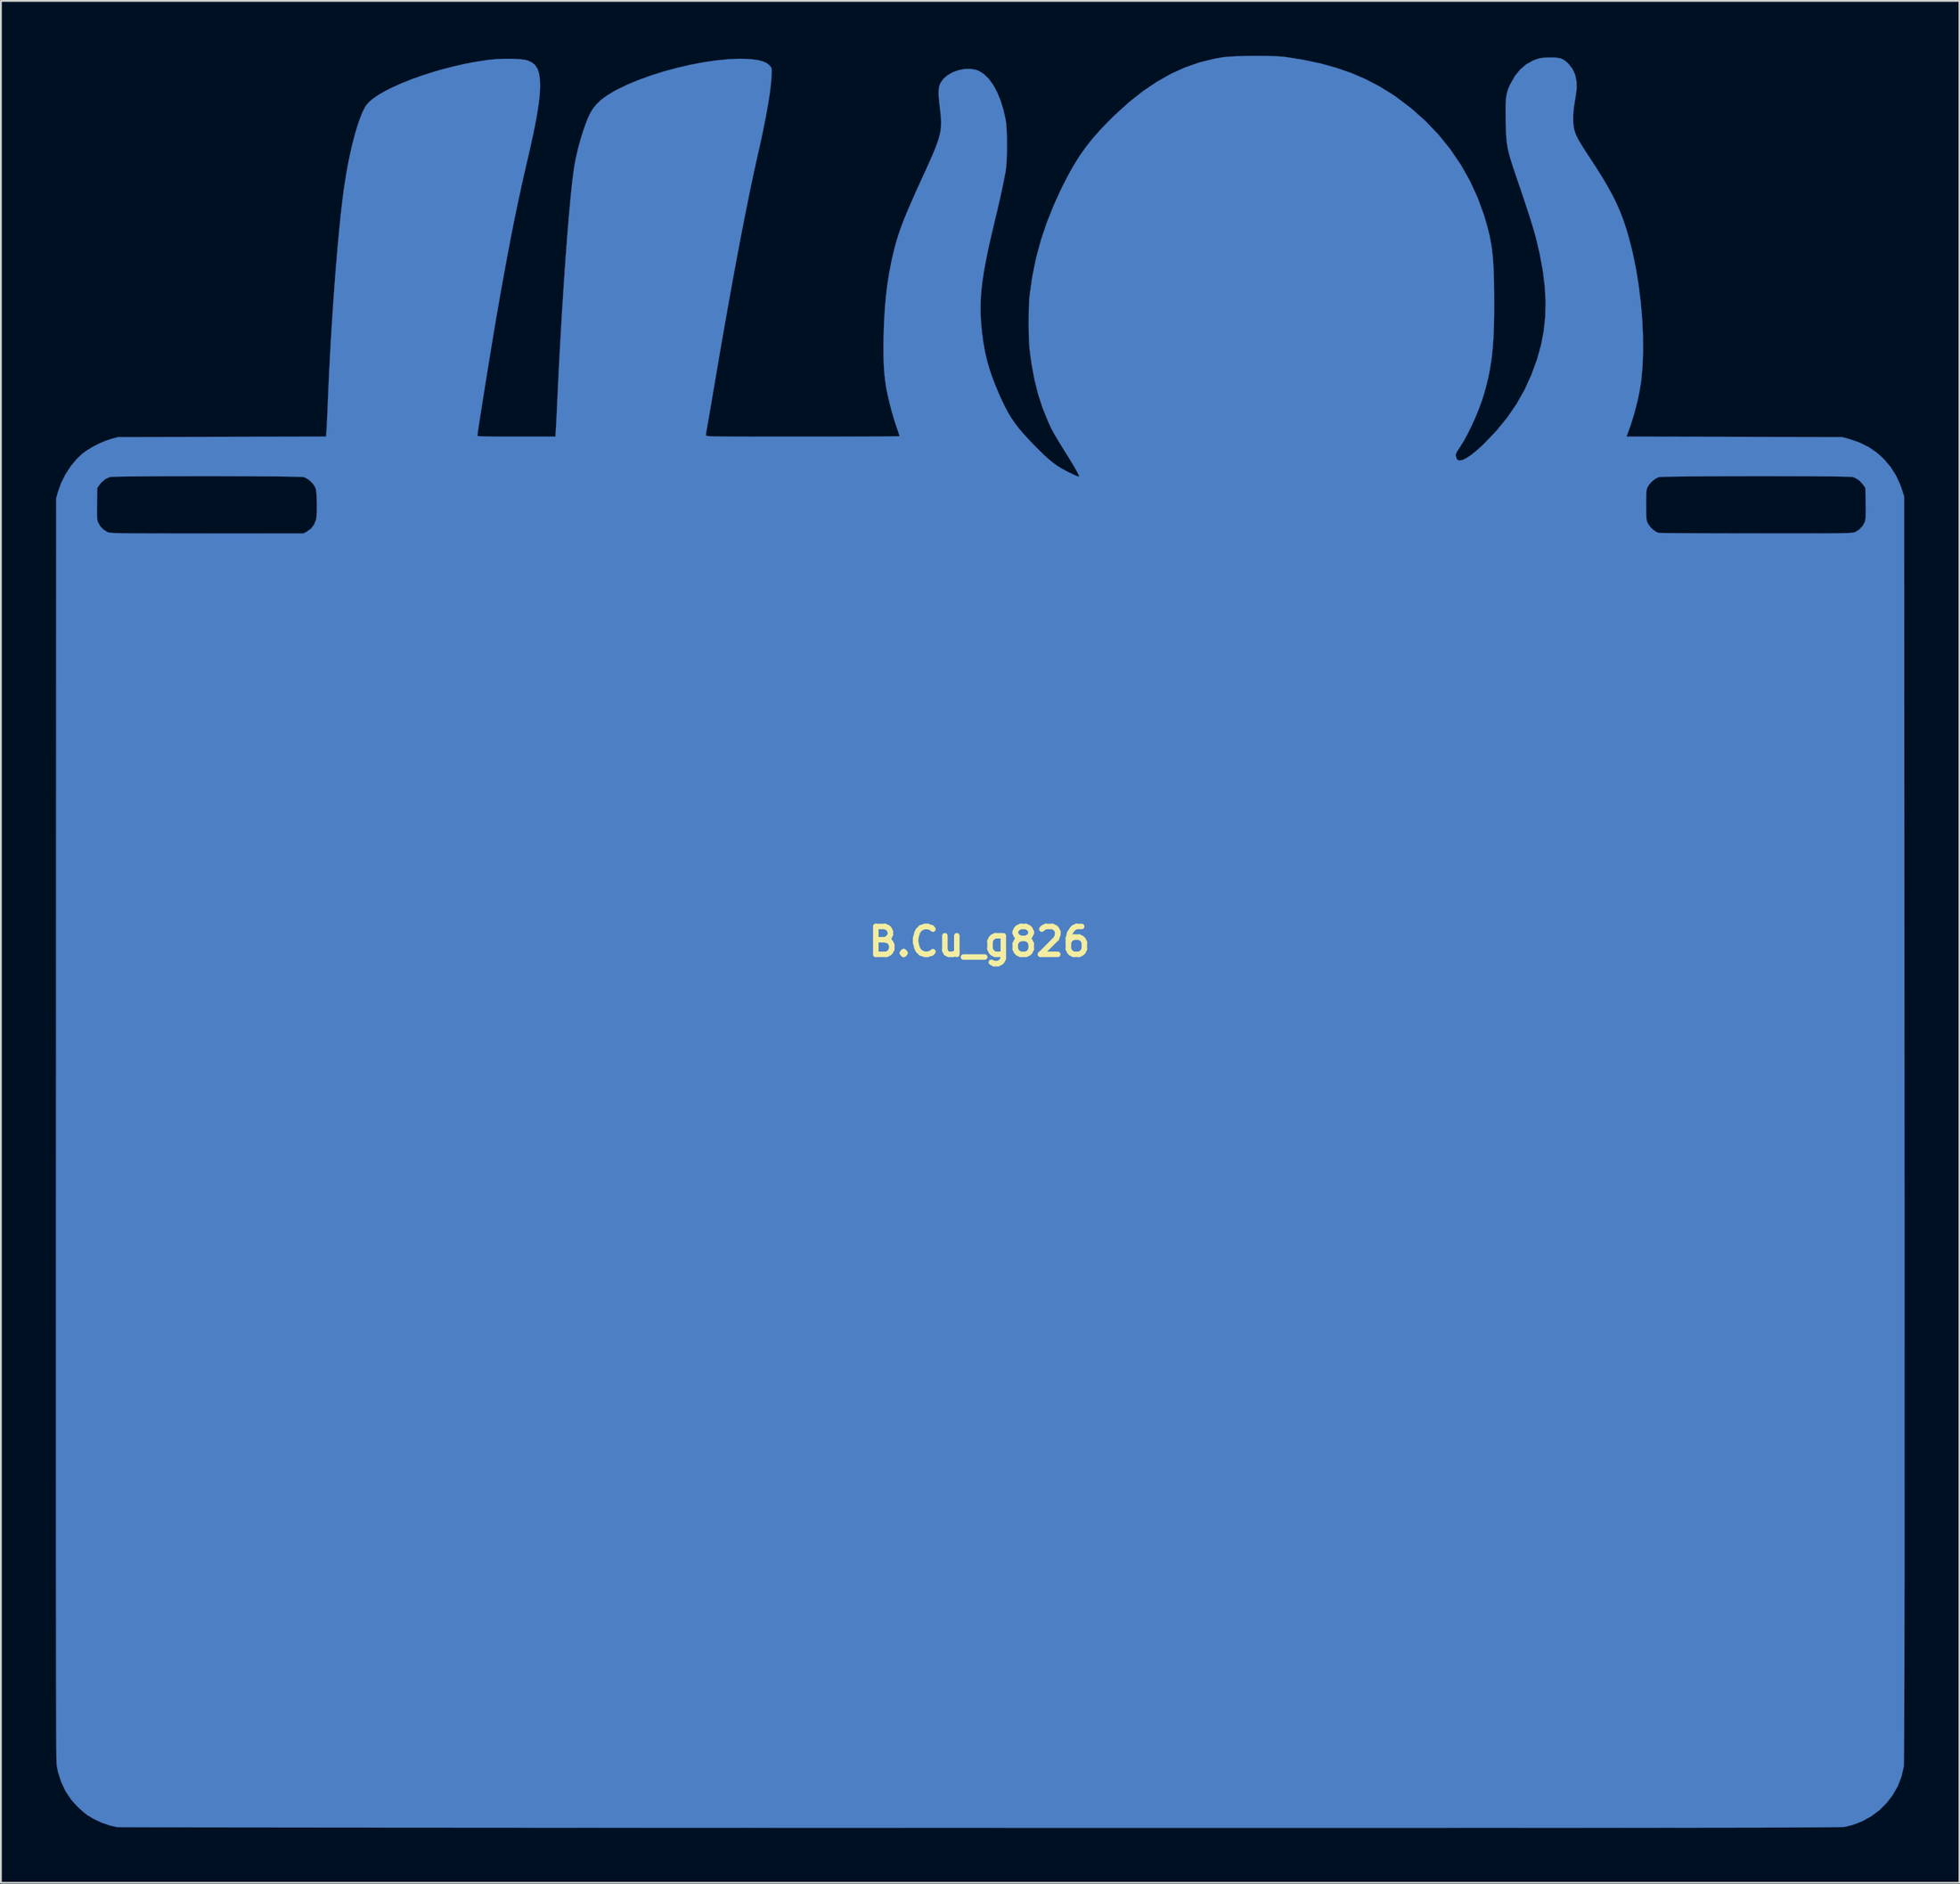
<source format=kicad_pcb>
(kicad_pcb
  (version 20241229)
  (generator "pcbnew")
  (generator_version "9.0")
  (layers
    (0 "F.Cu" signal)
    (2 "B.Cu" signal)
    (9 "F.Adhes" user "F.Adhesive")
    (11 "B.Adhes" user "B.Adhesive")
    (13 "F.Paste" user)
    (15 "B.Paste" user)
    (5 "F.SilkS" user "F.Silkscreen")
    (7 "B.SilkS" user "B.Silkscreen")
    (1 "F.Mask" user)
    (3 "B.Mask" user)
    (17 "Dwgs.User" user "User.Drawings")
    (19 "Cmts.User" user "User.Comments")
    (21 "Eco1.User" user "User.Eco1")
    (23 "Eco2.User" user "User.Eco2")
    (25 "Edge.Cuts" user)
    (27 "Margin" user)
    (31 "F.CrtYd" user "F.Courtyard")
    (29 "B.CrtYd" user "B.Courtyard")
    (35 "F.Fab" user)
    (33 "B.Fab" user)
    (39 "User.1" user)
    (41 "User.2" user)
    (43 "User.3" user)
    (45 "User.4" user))
  (footprint "B.Cu_g826"
    (layer "F.Cu")
    (at 50.461 48.416)
    (property "Reference" "B.Cu_g826" (at 0 0 0) (layer "F.SilkS") (effects (font (size 1.524 1.524) (thickness 0.3))))
    (attr through_hole)
    (fp_poly (pts (xy 15.689 -48.407) (xy 16.051 -48.397) (xy 16.369 -48.383) (xy 16.626 -48.363) (xy 16.722 -48.352) (xy 17.712 -48.193) (xy 18.634 -47.997) (xy 19.496 -47.76) (xy 20.306 -47.479) (xy 21.073 -47.151) (xy 21.804 -46.773) (xy 22.509 -46.342) (xy 22.785 -46.155) (xy 23.615 -45.524) (xy 24.382 -44.839) (xy 25.085 -44.102) (xy 25.721 -43.314) (xy 26.289 -42.481) (xy 26.787 -41.603) (xy 27.211 -40.685) (xy 27.562 -39.728) (xy 27.724 -39.179) (xy 27.808 -38.855) (xy 27.88 -38.546) (xy 27.94 -38.242) (xy 27.99 -37.931) (xy 28.031 -37.606) (xy 28.062 -37.254) (xy 28.086 -36.866) (xy 28.103 -36.433) (xy 28.115 -35.943) (xy 28.121 -35.387) (xy 28.124 -34.883) (xy 28.12 -34.156) (xy 28.105 -33.501) (xy 28.078 -32.907) (xy 28.036 -32.361) (xy 27.98 -31.852) (xy 27.906 -31.369) (xy 27.815 -30.898) (xy 27.704 -30.429) (xy 27.574 -29.951) (xy 27.441 -29.536) (xy 27.275 -29.09) (xy 27.086 -28.63) (xy 26.881 -28.177) (xy 26.669 -27.749) (xy 26.459 -27.364) (xy 26.26 -27.042) (xy 26.251 -27.029) (xy 26.139 -26.862) (xy 26.069 -26.746) (xy 26.034 -26.662) (xy 26.025 -26.592) (xy 26.036 -26.52) (xy 26.037 -26.513) (xy 26.074 -26.402) (xy 26.121 -26.329) (xy 26.127 -26.324) (xy 26.246 -26.294) (xy 26.411 -26.332) (xy 26.619 -26.435) (xy 26.868 -26.602) (xy 27.154 -26.831) (xy 27.474 -27.121) (xy 27.596 -27.238) (xy 28.254 -27.928) (xy 28.833 -28.637) (xy 29.339 -29.373) (xy 29.777 -30.144) (xy 30.151 -30.959) (xy 30.468 -31.827) (xy 30.478 -31.859) (xy 30.686 -32.609) (xy 30.831 -33.37) (xy 30.914 -34.147) (xy 30.934 -34.948) (xy 30.892 -35.78) (xy 30.787 -36.649) (xy 30.62 -37.564) (xy 30.454 -38.28) (xy 30.397 -38.499) (xy 30.337 -38.721) (xy 30.27 -38.956) (xy 30.194 -39.21) (xy 30.107 -39.493) (xy 30.004 -39.811) (xy 29.885 -40.175) (xy 29.747 -40.591) (xy 29.586 -41.069) (xy 29.4 -41.615) (xy 29.343 -41.783) (xy 29.201 -42.202) (xy 29.085 -42.555) (xy 28.992 -42.858) (xy 28.92 -43.125) (xy 28.865 -43.37) (xy 28.825 -43.608) (xy 28.797 -43.853) (xy 28.779 -44.119) (xy 28.766 -44.423) (xy 28.757 -44.776) (xy 28.756 -44.81) (xy 28.75 -45.221) (xy 28.749 -45.561) (xy 28.756 -45.84) (xy 28.773 -46.072) (xy 28.8 -46.269) (xy 28.84 -46.443) (xy 28.894 -46.607) (xy 28.963 -46.773) (xy 29.016 -46.884) (xy 29.26 -47.31) (xy 29.542 -47.661) (xy 29.866 -47.94) (xy 30.231 -48.147) (xy 30.423 -48.222) (xy 30.579 -48.269) (xy 30.732 -48.299) (xy 30.908 -48.316) (xy 31.135 -48.322) (xy 31.2 -48.322) (xy 31.466 -48.317) (xy 31.67 -48.293) (xy 31.833 -48.244) (xy 31.976 -48.162) (xy 32.121 -48.038) (xy 32.203 -47.957) (xy 32.411 -47.685) (xy 32.551 -47.369) (xy 32.624 -47.007) (xy 32.628 -46.597) (xy 32.566 -46.137) (xy 32.56 -46.109) (xy 32.48 -45.623) (xy 32.441 -45.165) (xy 32.446 -44.754) (xy 32.465 -44.562) (xy 32.49 -44.417) (xy 32.527 -44.277) (xy 32.579 -44.131) (xy 32.653 -43.97) (xy 32.753 -43.782) (xy 32.885 -43.56) (xy 33.053 -43.292) (xy 33.263 -42.969) (xy 33.367 -42.811) (xy 33.739 -42.239) (xy 34.062 -41.721) (xy 34.342 -41.245) (xy 34.586 -40.799) (xy 34.797 -40.372) (xy 34.983 -39.951) (xy 35.15 -39.525) (xy 35.301 -39.083) (xy 35.444 -38.613) (xy 35.475 -38.505) (xy 35.685 -37.68) (xy 35.865 -36.81) (xy 36.012 -35.908) (xy 36.127 -34.99) (xy 36.207 -34.071) (xy 36.252 -33.166) (xy 36.26 -32.288) (xy 36.23 -31.454) (xy 36.16 -30.678) (xy 36.151 -30.607) (xy 36.066 -30.077) (xy 35.943 -29.5) (xy 35.788 -28.904) (xy 35.608 -28.314) (xy 35.48 -27.946) (xy 35.355 -27.604) (xy 41.247 -27.591) (xy 47.138 -27.578) (xy 47.489 -27.484) (xy 48.059 -27.292) (xy 48.58 -27.034) (xy 49.047 -26.714) (xy 49.427 -26.365) (xy 49.782 -25.943) (xy 50.071 -25.491) (xy 50.302 -24.994) (xy 50.427 -24.635) (xy 50.525 -24.32) (xy 50.538 10.223) (xy 50.538 12.402) (xy 50.539 14.497) (xy 50.54 16.509) (xy 50.54 18.441) (xy 50.54 20.294) (xy 50.541 22.067) (xy 50.541 23.764) (xy 50.541 25.385) (xy 50.541 26.931) (xy 50.541 28.404) (xy 50.541 29.805) (xy 50.54 31.135) (xy 50.54 32.396) (xy 50.54 33.588) (xy 50.539 34.713) (xy 50.538 35.773) (xy 50.537 36.768) (xy 50.536 37.699) (xy 50.535 38.569) (xy 50.534 39.378) (xy 50.533 40.127) (xy 50.531 40.819) (xy 50.53 41.453) (xy 50.528 42.031) (xy 50.526 42.556) (xy 50.525 43.026) (xy 50.523 43.445) (xy 50.52 43.814) (xy 50.518 44.133) (xy 50.516 44.404) (xy 50.513 44.627) (xy 50.511 44.806) (xy 50.508 44.94) (xy 50.505 45.03) (xy 50.502 45.079) (xy 50.501 45.084) (xy 50.375 45.63) (xy 50.174 46.145) (xy 49.903 46.625) (xy 49.57 47.062) (xy 49.18 47.45) (xy 48.739 47.783) (xy 48.253 48.055) (xy 47.73 48.26) (xy 47.293 48.37) (xy 47.268 48.373) (xy 47.226 48.376) (xy 47.164 48.379) (xy 47.082 48.381) (xy 46.978 48.384) (xy 46.85 48.387) (xy 46.698 48.389) (xy 46.52 48.391) (xy 46.314 48.394) (xy 46.079 48.396) (xy 45.814 48.398) (xy 45.517 48.4) (xy 45.187 48.402) (xy 44.822 48.404) (xy 44.422 48.405) (xy 43.984 48.407) (xy 43.507 48.409) (xy 42.99 48.41) (xy 42.432 48.412) (xy 41.83 48.413) (xy 41.185 48.414) (xy 40.493 48.415) (xy 39.754 48.416) (xy 38.967 48.417) (xy 38.13 48.418) (xy 37.241 48.419) (xy 36.3 48.42) (xy 35.304 48.421) (xy 34.253 48.422) (xy 33.145 48.422) (xy 31.978 48.423) (xy 30.752 48.423) (xy 29.464 48.424) (xy 28.114 48.424) (xy 26.7 48.424) (xy 25.221 48.425) (xy 23.674 48.425) (xy 22.06 48.425) (xy 20.376 48.425) (xy 18.621 48.425) (xy 16.793 48.425) (xy 14.892 48.425) (xy 12.915 48.425) (xy 10.862 48.425) (xy 8.731 48.425) (xy 6.52 48.425) (xy 4.229 48.425) (xy 1.855 48.425) (xy 0.028 48.424) (xy -1.966 48.424) (xy -3.939 48.424) (xy -5.891 48.423) (xy -7.819 48.423) (xy -9.721 48.423) (xy -11.597 48.422) (xy -13.444 48.421) (xy -15.26 48.421) (xy -17.044 48.42) (xy -18.795 48.419) (xy -20.51 48.419) (xy -22.187 48.418) (xy -23.826 48.417) (xy -25.423 48.416) (xy -26.979 48.415) (xy -28.49 48.414) (xy -29.956 48.413) (xy -31.373 48.412) (xy -32.742 48.411) (xy -34.06 48.41) (xy -35.324 48.409) (xy -36.535 48.408) (xy -37.689 48.406) (xy -38.786 48.405) (xy -39.823 48.404) (xy -40.798 48.403) (xy -41.711 48.401) (xy -42.559 48.4) (xy -43.341 48.399) (xy -44.055 48.397) (xy -44.698 48.396) (xy -45.271 48.395) (xy -45.77 48.393) (xy -46.194 48.392) (xy -46.541 48.39) (xy -46.81 48.389) (xy -46.999 48.387) (xy -47.106 48.386) (xy -47.131 48.385) (xy -47.535 48.289) (xy -47.958 48.14) (xy -48.368 47.951) (xy -48.726 47.738) (xy -48.918 47.591) (xy -49.135 47.398) (xy -49.354 47.182) (xy -49.55 46.967) (xy -49.641 46.856) (xy -49.931 46.415) (xy -50.164 45.925) (xy -50.334 45.401) (xy -50.417 44.978) (xy -50.42 44.933) (xy -50.423 44.84) (xy -50.426 44.7) (xy -50.428 44.509) (xy -50.431 44.269) (xy -50.433 43.976) (xy -50.436 43.63) (xy -50.438 43.231) (xy -50.44 42.776) (xy -50.442 42.265) (xy -50.443 41.696) (xy -50.445 41.069) (xy -50.447 40.382) (xy -50.448 39.635) (xy -50.449 38.825) (xy -50.45 37.953) (xy -50.451 37.016) (xy -50.452 36.013) (xy -50.453 34.944) (xy -50.454 33.808) (xy -50.454 32.602) (xy -50.455 31.327) (xy -50.455 29.981) (xy -50.456 28.562) (xy -50.456 27.071) (xy -50.456 25.504) (xy -50.456 23.862) (xy -50.456 22.144) (xy -50.455 20.347) (xy -50.455 18.472) (xy -50.454 16.516) (xy -50.454 14.479) (xy -50.453 12.359) (xy -50.452 10.202) (xy -50.44 -23.645) (xy -48.214 -23.645) (xy -48.214 -23.41) (xy -48.209 -23.234) (xy -48.198 -23.104) (xy -48.182 -23.007) (xy -48.158 -22.929) (xy -48.157 -22.924) (xy -48.033 -22.705) (xy -47.849 -22.516) (xy -47.646 -22.389) (xy -47.618 -22.377) (xy -47.584 -22.367) (xy -47.538 -22.358) (xy -47.478 -22.35) (xy -47.397 -22.343) (xy -47.292 -22.337) (xy -47.158 -22.331) (xy -46.99 -22.327) (xy -46.785 -22.323) (xy -46.537 -22.32) (xy -46.242 -22.317) (xy -45.896 -22.315) (xy -45.493 -22.314) (xy -45.03 -22.313) (xy -44.502 -22.312) (xy -43.904 -22.311) (xy -43.232 -22.311) (xy -42.482 -22.311) (xy -42.206 -22.311) (xy -36.935 -22.31) (xy -36.745 -22.41) (xy -36.52 -22.575) (xy -36.349 -22.798) (xy -36.244 -23.064) (xy -36.236 -23.098) (xy -36.216 -23.256) (xy -36.203 -23.484) (xy -36.199 -23.769) (xy -36.201 -23.876) (xy 36.428 -23.876) (xy 36.428 -23.59) (xy 36.431 -23.374) (xy 36.437 -23.215) (xy 36.447 -23.098) (xy 36.464 -23.01) (xy 36.488 -22.936) (xy 36.521 -22.862) (xy 36.529 -22.844) (xy 36.645 -22.674) (xy 36.806 -22.515) (xy 36.985 -22.393) (xy 37.097 -22.346) (xy 37.151 -22.342) (xy 37.283 -22.339) (xy 37.49 -22.335) (xy 37.766 -22.332) (xy 38.106 -22.329) (xy 38.505 -22.326) (xy 38.957 -22.324) (xy 39.457 -22.322) (xy 40 -22.319) (xy 40.581 -22.318) (xy 41.194 -22.316) (xy 41.835 -22.315) (xy 42.439 -22.315) (xy 43.216 -22.314) (xy 43.912 -22.314) (xy 44.533 -22.314) (xy 45.083 -22.314) (xy 45.566 -22.315) (xy 45.987 -22.316) (xy 46.351 -22.318) (xy 46.662 -22.32) (xy 46.924 -22.323) (xy 47.142 -22.326) (xy 47.321 -22.33) (xy 47.465 -22.335) (xy 47.579 -22.341) (xy 47.666 -22.348) (xy 47.733 -22.355) (xy 47.782 -22.364) (xy 47.82 -22.374) (xy 47.849 -22.385) (xy 47.858 -22.389) (xy 48.074 -22.527) (xy 48.254 -22.718) (xy 48.368 -22.922) (xy 48.391 -23) (xy 48.408 -23.097) (xy 48.419 -23.227) (xy 48.424 -23.403) (xy 48.425 -23.638) (xy 48.421 -23.944) (xy 48.421 -23.949) (xy 48.408 -24.8) (xy 48.28 -24.983) (xy 48.079 -25.204) (xy 47.841 -25.354) (xy 47.715 -25.399) (xy 47.647 -25.406) (xy 47.502 -25.413) (xy 47.285 -25.418) (xy 47.002 -25.424) (xy 46.66 -25.428) (xy 46.266 -25.432) (xy 45.825 -25.436) (xy 45.345 -25.439) (xy 44.831 -25.441) (xy 44.29 -25.443) (xy 43.728 -25.444) (xy 43.152 -25.444) (xy 42.567 -25.445) (xy 41.981 -25.444) (xy 41.4 -25.443) (xy 40.83 -25.442) (xy 40.278 -25.439) (xy 39.749 -25.437) (xy 39.251 -25.434) (xy 38.789 -25.43) (xy 38.37 -25.426) (xy 38.001 -25.421) (xy 37.687 -25.416) (xy 37.436 -25.41) (xy 37.253 -25.404) (xy 37.145 -25.397) (xy 37.12 -25.393) (xy 36.931 -25.303) (xy 36.744 -25.156) (xy 36.585 -24.977) (xy 36.522 -24.877) (xy 36.489 -24.811) (xy 36.465 -24.743) (xy 36.448 -24.66) (xy 36.437 -24.548) (xy 36.431 -24.392) (xy 36.429 -24.181) (xy 36.428 -23.899) (xy 36.428 -23.876) (xy -36.201 -23.876) (xy -36.203 -24.019) (xy -36.21 -24.283) (xy -36.22 -24.478) (xy -36.233 -24.619) (xy -36.251 -24.723) (xy -36.278 -24.806) (xy -36.311 -24.877) (xy -36.442 -25.063) (xy -36.617 -25.23) (xy -36.809 -25.353) (xy -36.909 -25.393) (xy -36.974 -25.4) (xy -37.118 -25.407) (xy -37.334 -25.413) (xy -37.615 -25.418) (xy -37.956 -25.423) (xy -38.349 -25.428) (xy -38.789 -25.432) (xy -39.268 -25.435) (xy -39.782 -25.438) (xy -40.322 -25.44) (xy -40.884 -25.442) (xy -41.46 -25.444) (xy -42.044 -25.444) (xy -42.63 -25.445) (xy -43.211 -25.444) (xy -43.782 -25.443) (xy -44.335 -25.442) (xy -44.864 -25.44) (xy -45.363 -25.437) (xy -45.825 -25.434) (xy -46.245 -25.43) (xy -46.616 -25.426) (xy -46.93 -25.421) (xy -47.183 -25.416) (xy -47.368 -25.41) (xy -47.477 -25.403) (xy -47.503 -25.399) (xy -47.756 -25.286) (xy -47.976 -25.099) (xy -48.068 -24.983) (xy -48.197 -24.8) (xy -48.21 -23.951) (xy -48.214 -23.645) (xy -50.44 -23.645) (xy -50.44 -24.236) (xy -50.345 -24.575) (xy -50.172 -25.064) (xy -49.934 -25.542) (xy -49.641 -25.99) (xy -49.308 -26.391) (xy -49.012 -26.669) (xy -48.75 -26.86) (xy -48.432 -27.052) (xy -48.086 -27.228) (xy -47.74 -27.376) (xy -47.421 -27.481) (xy -47.413 -27.483) (xy -47.053 -27.578) (xy -41.374 -27.591) (xy -35.694 -27.604) (xy -35.671 -27.952) (xy -35.662 -28.09) (xy -35.652 -28.297) (xy -35.639 -28.557) (xy -35.626 -28.854) (xy -35.612 -29.173) (xy -35.601 -29.443) (xy -35.558 -30.444) (xy -35.51 -31.454) (xy -35.456 -32.464) (xy -35.397 -33.468) (xy -35.333 -34.458) (xy -35.267 -35.426) (xy -35.197 -36.365) (xy -35.124 -37.268) (xy -35.05 -38.127) (xy -34.974 -38.935) (xy -34.898 -39.684) (xy -34.821 -40.366) (xy -34.744 -40.975) (xy -34.709 -41.233) (xy -34.61 -41.868) (xy -34.499 -42.486) (xy -34.377 -43.079) (xy -34.247 -43.639) (xy -34.11 -44.157) (xy -33.97 -44.625) (xy -33.828 -45.034) (xy -33.686 -45.377) (xy -33.547 -45.645) (xy -33.526 -45.679) (xy -33.364 -45.874) (xy -33.126 -46.078) (xy -32.819 -46.287) (xy -32.45 -46.499) (xy -32.026 -46.711) (xy -31.554 -46.92) (xy -31.043 -47.124) (xy -30.499 -47.32) (xy -29.93 -47.505) (xy -29.343 -47.676) (xy -28.745 -47.831) (xy -28.144 -47.968) (xy -27.547 -48.082) (xy -26.962 -48.172) (xy -26.733 -48.201) (xy -26.401 -48.231) (xy -26.053 -48.249) (xy -25.708 -48.254) (xy -25.381 -48.247) (xy -25.089 -48.228) (xy -24.847 -48.198) (xy -24.672 -48.156) (xy -24.664 -48.153) (xy -24.443 -48.047) (xy -24.272 -47.902) (xy -24.146 -47.709) (xy -24.062 -47.461) (xy -24.016 -47.15) (xy -24.003 -46.805) (xy -24.01 -46.527) (xy -24.032 -46.221) (xy -24.069 -45.883) (xy -24.123 -45.504) (xy -24.195 -45.078) (xy -24.285 -44.599) (xy -24.396 -44.061) (xy -24.529 -43.455) (xy -24.683 -42.777) (xy -24.723 -42.608) (xy -24.882 -41.915) (xy -25.036 -41.226) (xy -25.187 -40.532) (xy -25.335 -39.823) (xy -25.483 -39.092) (xy -25.633 -38.327) (xy -25.786 -37.521) (xy -25.944 -36.664) (xy -26.11 -35.747) (xy -26.284 -34.761) (xy -26.392 -34.142) (xy -26.44 -33.863) (xy -26.495 -33.533) (xy -26.557 -33.16) (xy -26.625 -32.752) (xy -26.696 -32.316) (xy -26.771 -31.86) (xy -26.847 -31.392) (xy -26.923 -30.92) (xy -26.998 -30.452) (xy -27.071 -29.994) (xy -27.141 -29.555) (xy -27.206 -29.143) (xy -27.266 -28.765) (xy -27.318 -28.429) (xy -27.362 -28.143) (xy -27.396 -27.914) (xy -27.42 -27.751) (xy -27.431 -27.66) (xy -27.432 -27.646) (xy -27.398 -27.635) (xy -27.294 -27.625) (xy -27.118 -27.617) (xy -26.868 -27.611) (xy -26.542 -27.606) (xy -26.137 -27.603) (xy -25.65 -27.602) (xy -25.299 -27.601) (xy -23.165 -27.601) (xy -23.141 -27.972) (xy -23.129 -28.17) (xy -23.115 -28.418) (xy -23.102 -28.68) (xy -23.093 -28.871) (xy -23.049 -29.845) (xy -23.002 -30.82) (xy -22.953 -31.791) (xy -22.9 -32.754) (xy -22.846 -33.703) (xy -22.79 -34.634) (xy -22.732 -35.54) (xy -22.674 -36.417) (xy -22.615 -37.26) (xy -22.556 -38.065) (xy -22.497 -38.824) (xy -22.438 -39.535) (xy -22.38 -40.191) (xy -22.323 -40.787) (xy -22.268 -41.319) (xy -22.215 -41.782) (xy -22.164 -42.169) (xy -22.119 -42.46) (xy -22.033 -42.899) (xy -21.924 -43.358) (xy -21.799 -43.819) (xy -21.663 -44.265) (xy -21.521 -44.675) (xy -21.379 -45.032) (xy -21.288 -45.231) (xy -21.122 -45.515) (xy -20.918 -45.772) (xy -20.665 -46.012) (xy -20.352 -46.242) (xy -19.97 -46.474) (xy -19.812 -46.559) (xy -19.248 -46.834) (xy -18.623 -47.094) (xy -17.953 -47.336) (xy -17.249 -47.557) (xy -16.527 -47.754) (xy -15.8 -47.922) (xy -15.081 -48.06) (xy -14.384 -48.163) (xy -13.723 -48.228) (xy -13.111 -48.253) (xy -12.791 -48.247) (xy -12.395 -48.22) (xy -12.074 -48.174) (xy -11.819 -48.107) (xy -11.621 -48.015) (xy -11.472 -47.897) (xy -11.429 -47.848) (xy -11.387 -47.789) (xy -11.361 -47.727) (xy -11.349 -47.641) (xy -11.349 -47.513) (xy -11.357 -47.323) (xy -11.359 -47.286) (xy -11.393 -46.863) (xy -11.455 -46.359) (xy -11.546 -45.777) (xy -11.665 -45.115) (xy -11.812 -44.375) (xy -11.986 -43.557) (xy -12.133 -42.905) (xy -12.296 -42.173) (xy -12.47 -41.362) (xy -12.653 -40.473) (xy -12.845 -39.51) (xy -13.045 -38.478) (xy -13.253 -37.379) (xy -13.468 -36.217) (xy -13.689 -34.995) (xy -13.915 -33.718) (xy -14.147 -32.387) (xy -14.383 -31.008) (xy -14.412 -30.84) (xy -14.491 -30.372) (xy -14.567 -29.924) (xy -14.638 -29.503) (xy -14.704 -29.118) (xy -14.763 -28.775) (xy -14.813 -28.483) (xy -14.853 -28.25) (xy -14.882 -28.084) (xy -14.899 -27.993) (xy -14.9 -27.987) (xy -14.925 -27.844) (xy -14.941 -27.725) (xy -14.944 -27.68) (xy -14.942 -27.669) (xy -14.932 -27.658) (xy -14.912 -27.649) (xy -14.876 -27.641) (xy -14.819 -27.634) (xy -14.738 -27.627) (xy -14.628 -27.622) (xy -14.485 -27.617) (xy -14.305 -27.613) (xy -14.082 -27.61) (xy -13.813 -27.608) (xy -13.494 -27.606) (xy -13.119 -27.604) (xy -12.685 -27.603) (xy -12.187 -27.602) (xy -11.621 -27.602) (xy -10.982 -27.601) (xy -10.266 -27.601) (xy -9.652 -27.601) (xy -8.99 -27.602) (xy -8.352 -27.602) (xy -7.743 -27.603) (xy -7.168 -27.605) (xy -6.632 -27.606) (xy -6.14 -27.608) (xy -5.698 -27.61) (xy -5.31 -27.613) (xy -4.981 -27.616) (xy -4.716 -27.619) (xy -4.521 -27.622) (xy -4.401 -27.625) (xy -4.36 -27.628) (xy -4.374 -27.676) (xy -4.41 -27.789) (xy -4.464 -27.949) (xy -4.53 -28.144) (xy -4.548 -28.194) (xy -4.667 -28.562) (xy -4.788 -28.977) (xy -4.902 -29.411) (xy -5.002 -29.835) (xy -5.081 -30.218) (xy -5.1 -30.325) (xy -5.164 -30.775) (xy -5.209 -31.269) (xy -5.235 -31.818) (xy -5.242 -32.43) (xy -5.235 -33.02) (xy -5.209 -33.827) (xy -5.167 -34.566) (xy -5.109 -35.25) (xy -5.032 -35.894) (xy -4.936 -36.513) (xy -4.822 -37.105) (xy -4.74 -37.48) (xy -4.656 -37.831) (xy -4.566 -38.169) (xy -4.467 -38.504) (xy -4.354 -38.845) (xy -4.225 -39.201) (xy -4.076 -39.583) (xy -3.903 -40.001) (xy -3.703 -40.463) (xy -3.473 -40.981) (xy -3.208 -41.563) (xy -3.175 -41.635) (xy -2.939 -42.149) (xy -2.738 -42.595) (xy -2.569 -42.981) (xy -2.429 -43.317) (xy -2.317 -43.61) (xy -2.23 -43.869) (xy -2.166 -44.102) (xy -2.123 -44.319) (xy -2.099 -44.527) (xy -2.091 -44.735) (xy -2.097 -44.952) (xy -2.116 -45.185) (xy -2.144 -45.444) (xy -2.159 -45.571) (xy -2.2 -45.929) (xy -2.223 -46.217) (xy -2.228 -46.447) (xy -2.214 -46.632) (xy -2.183 -46.784) (xy -2.132 -46.915) (xy -2.12 -46.94) (xy -1.96 -47.164) (xy -1.735 -47.356) (xy -1.464 -47.51) (xy -1.161 -47.623) (xy -0.843 -47.689) (xy -0.526 -47.703) (xy -0.227 -47.659) (xy -0.021 -47.585) (xy 0.257 -47.406) (xy 0.517 -47.149) (xy 0.756 -46.819) (xy 0.97 -46.422) (xy 1.158 -45.963) (xy 1.316 -45.446) (xy 1.43 -44.937) (xy 1.461 -44.72) (xy 1.483 -44.436) (xy 1.498 -44.105) (xy 1.506 -43.743) (xy 1.506 -43.37) (xy 1.499 -43.003) (xy 1.485 -42.66) (xy 1.463 -42.36) (xy 1.434 -42.121) (xy 1.427 -42.079) (xy 1.337 -41.615) (xy 1.232 -41.108) (xy 1.109 -40.548) (xy 0.965 -39.925) (xy 0.803 -39.243) (xy 0.625 -38.489) (xy 0.472 -37.805) (xy 0.346 -37.184) (xy 0.243 -36.615) (xy 0.164 -36.09) (xy 0.108 -35.598) (xy 0.073 -35.132) (xy 0.06 -34.681) (xy 0.067 -34.237) (xy 0.093 -33.79) (xy 0.137 -33.332) (xy 0.199 -32.852) (xy 0.21 -32.778) (xy 0.309 -32.216) (xy 0.441 -31.663) (xy 0.611 -31.102) (xy 0.825 -30.517) (xy 1.088 -29.891) (xy 1.181 -29.685) (xy 1.368 -29.291) (xy 1.551 -28.942) (xy 1.742 -28.623) (xy 1.95 -28.319) (xy 2.187 -28.014) (xy 2.464 -27.694) (xy 2.791 -27.342) (xy 2.963 -27.163) (xy 3.278 -26.844) (xy 3.551 -26.58) (xy 3.792 -26.362) (xy 4.015 -26.179) (xy 4.231 -26.022) (xy 4.452 -25.883) (xy 4.691 -25.751) (xy 4.859 -25.666) (xy 5.057 -25.57) (xy 5.228 -25.491) (xy 5.357 -25.436) (xy 5.432 -25.411) (xy 5.444 -25.411) (xy 5.442 -25.458) (xy 5.4 -25.562) (xy 5.315 -25.726) (xy 5.186 -25.952) (xy 5.012 -26.243) (xy 4.792 -26.601) (xy 4.723 -26.712) (xy 4.519 -27.039) (xy 4.354 -27.307) (xy 4.221 -27.527) (xy 4.112 -27.712) (xy 4.022 -27.874) (xy 3.944 -28.025) (xy 3.87 -28.177) (xy 3.794 -28.341) (xy 3.751 -28.437) (xy 3.456 -29.164) (xy 3.209 -29.923) (xy 3.008 -30.726) (xy 2.848 -31.585) (xy 2.744 -32.364) (xy 2.724 -32.601) (xy 2.709 -32.905) (xy 2.699 -33.255) (xy 2.694 -33.635) (xy 2.694 -34.024) (xy 2.698 -34.405) (xy 2.708 -34.758) (xy 2.723 -35.066) (xy 2.742 -35.309) (xy 2.744 -35.327) (xy 2.89 -36.351) (xy 3.093 -37.347) (xy 3.357 -38.328) (xy 3.686 -39.308) (xy 4.084 -40.299) (xy 4.484 -41.169) (xy 4.808 -41.81) (xy 5.128 -42.387) (xy 5.457 -42.917) (xy 5.807 -43.415) (xy 6.187 -43.896) (xy 6.611 -44.376) (xy 7.089 -44.872) (xy 7.454 -45.228) (xy 8.199 -45.9) (xy 8.946 -46.489) (xy 9.699 -46.996) (xy 10.459 -47.425) (xy 11.231 -47.776) (xy 12.019 -48.051) (xy 12.825 -48.252) (xy 13.276 -48.332) (xy 13.496 -48.357) (xy 13.784 -48.377) (xy 14.124 -48.393) (xy 14.501 -48.404) (xy 14.899 -48.41) (xy 15.3 -48.411) (xy 15.689 -48.407)) (stroke (width 0.01) (type solid)) (fill yes) (layer "B.Cu")))
  (gr_rect
    (start -3 -3)
    (end 104.007 99.846)
    (stroke (width 0.1) (type default))
    (fill no)
    (layer "Edge.Cuts")))
</source>
